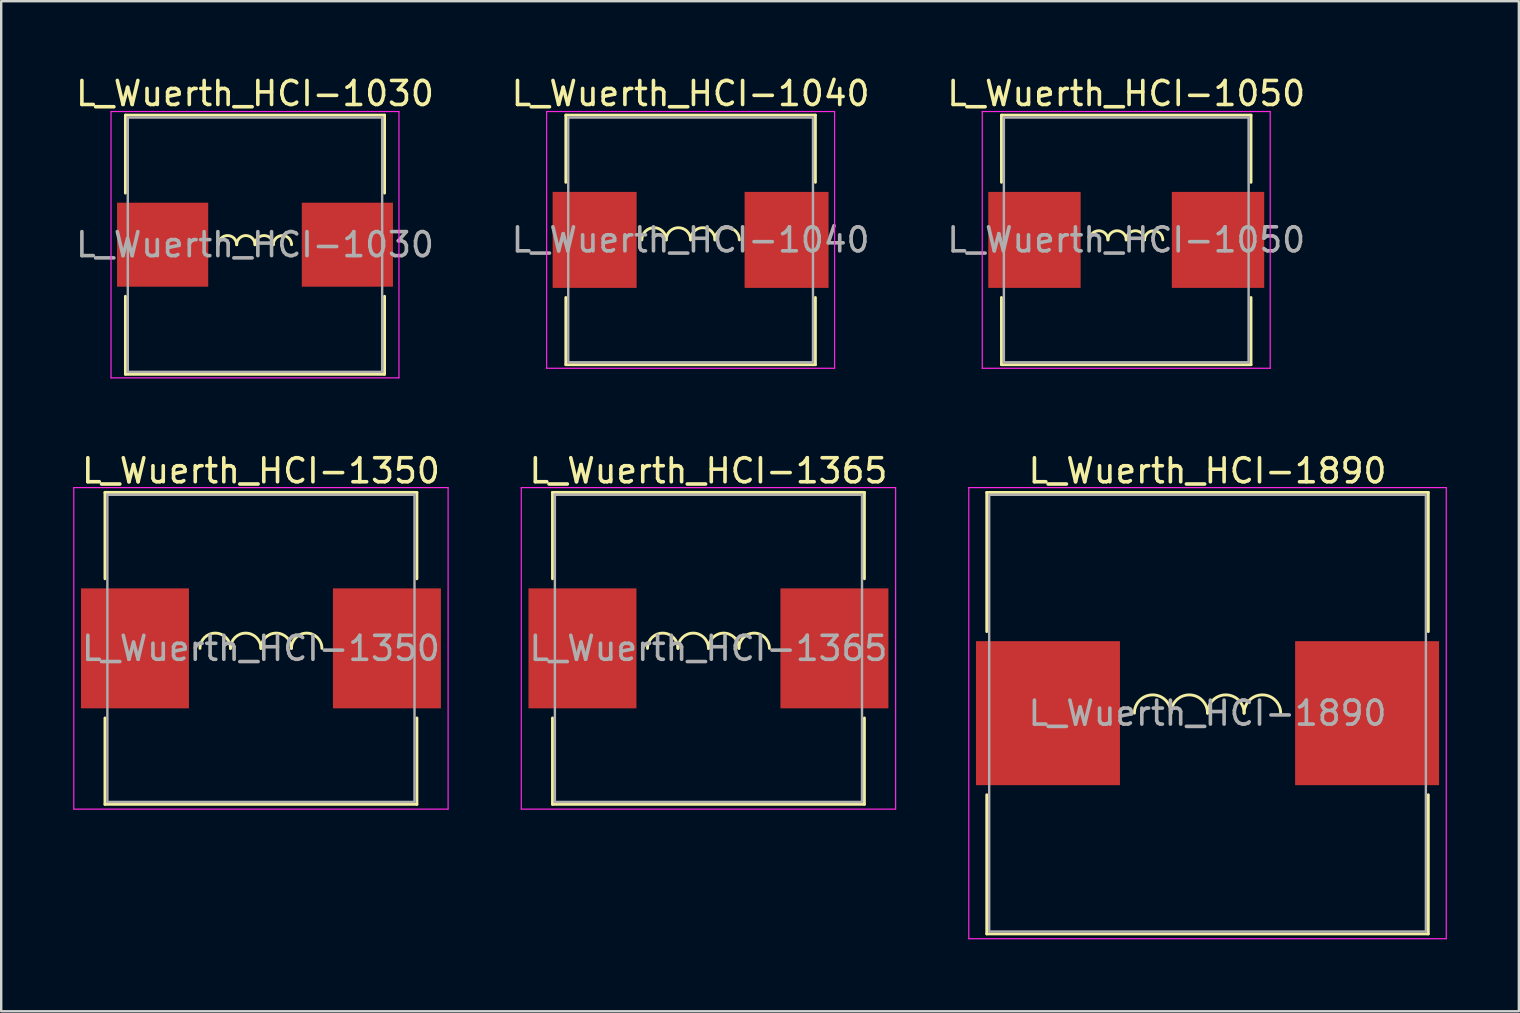
<source format=kicad_pcb>
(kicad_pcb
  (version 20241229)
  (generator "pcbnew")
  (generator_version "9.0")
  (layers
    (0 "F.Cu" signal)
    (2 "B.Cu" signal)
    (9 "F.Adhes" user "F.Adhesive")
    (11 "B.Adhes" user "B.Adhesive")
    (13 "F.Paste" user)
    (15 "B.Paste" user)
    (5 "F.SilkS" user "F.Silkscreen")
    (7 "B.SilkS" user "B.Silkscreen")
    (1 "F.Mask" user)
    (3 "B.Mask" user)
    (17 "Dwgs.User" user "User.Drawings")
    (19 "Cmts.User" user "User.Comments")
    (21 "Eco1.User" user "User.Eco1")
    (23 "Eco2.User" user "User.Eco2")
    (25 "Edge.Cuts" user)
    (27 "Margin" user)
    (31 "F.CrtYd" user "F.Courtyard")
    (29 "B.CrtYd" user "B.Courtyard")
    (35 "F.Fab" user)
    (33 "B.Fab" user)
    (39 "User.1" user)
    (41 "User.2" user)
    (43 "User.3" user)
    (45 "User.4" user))
  (footprint "L_Wuerth_HCI-1050"
    (layer "F.Cu")
    (at 43.887 6.948)
    (property "Reference" "L_Wuerth_HCI-1050" (at 0 -6.1 0) (layer "F.SilkS") (effects (font (size 1 1) (thickness 0.15))))
    (attr smd)
    (fp_line (start -5.2 -5.2) (end 5.2 -5.2) (stroke (width 0.12) (type solid)) (layer "F.SilkS"))
    (fp_line (start -5.2 -2.4) (end -5.2 -5.2) (stroke (width 0.12) (type solid)) (layer "F.SilkS"))
    (fp_line (start -5.2 2.4) (end -5.2 5.2) (stroke (width 0.12) (type solid)) (layer "F.SilkS"))
    (fp_line (start -5.2 5.2) (end 5.2 5.2) (stroke (width 0.12) (type solid)) (layer "F.SilkS"))
    (fp_line (start 5.2 -5.2) (end 5.2 -2.4) (stroke (width 0.12) (type solid)) (layer "F.SilkS"))
    (fp_line (start 5.2 5.2) (end 5.2 2.4) (stroke (width 0.12) (type solid)) (layer "F.SilkS"))
    (fp_arc (start -1.524 0) (mid -1.143 -0.381) (end -0.762 0) (stroke (width 0.12) (type solid)) (layer "F.SilkS"))
    (fp_arc (start -0.762 0) (mid -0.381 -0.381) (end 0 0) (stroke (width 0.12) (type solid)) (layer "F.SilkS"))
    (fp_arc (start 0 0) (mid 0.381 -0.381) (end 0.762 0) (stroke (width 0.12) (type solid)) (layer "F.SilkS"))
    (fp_arc (start 0.762 0) (mid 1.143 -0.381) (end 1.524 0) (stroke (width 0.12) (type solid)) (layer "F.SilkS"))
    (fp_line (start -6 -5.35) (end -6 5.35) (stroke (width 0.05) (type solid)) (layer "F.CrtYd"))
    (fp_line (start -6 5.35) (end 6 5.35) (stroke (width 0.05) (type solid)) (layer "F.CrtYd"))
    (fp_line (start 6 -5.35) (end -6 -5.35) (stroke (width 0.05) (type solid)) (layer "F.CrtYd"))
    (fp_line (start 6 5.35) (end 6 -5.35) (stroke (width 0.05) (type solid)) (layer "F.CrtYd"))
    (fp_line (start -5.1 -5.1) (end -5.1 5.1) (stroke (width 0.1) (type solid)) (layer "F.Fab"))
    (fp_line (start -5.1 5.1) (end 5.1 5.1) (stroke (width 0.1) (type solid)) (layer "F.Fab"))
    (fp_line (start 5.1 -5.1) (end -5.1 -5.1) (stroke (width 0.1) (type solid)) (layer "F.Fab"))
    (fp_line (start 5.1 5.1) (end 5.1 -5.1) (stroke (width 0.1) (type solid)) (layer "F.Fab"))
    (fp_text user "${REFERENCE}" (at 0 0 0) (layer "F.Fab") (effects (font (size 1 1) (thickness 0.15))))
    (pad "1" smd rect (at -3.825 0) (size 3.85 4) (layers "F.Cu" "F.Mask" "F.Paste"))
    (pad "2" smd rect (at 3.825 0) (size 3.85 4) (layers "F.Cu" "F.Mask" "F.Paste")))
  (footprint "L_Wuerth_HCI-1365"
    (layer "F.Cu")
    (at 26.475 23.971)
    (property "Reference" "L_Wuerth_HCI-1365" (at 0 -7.4 0) (layer "F.SilkS") (effects (font (size 1 1) (thickness 0.15))))
    (attr smd)
    (fp_line (start -6.5 -6.5) (end 6.5 -6.5) (stroke (width 0.12) (type solid)) (layer "F.SilkS"))
    (fp_line (start -6.5 -2.9) (end -6.5 -6.5) (stroke (width 0.12) (type solid)) (layer "F.SilkS"))
    (fp_line (start -6.5 2.9) (end -6.5 6.5) (stroke (width 0.12) (type solid)) (layer "F.SilkS"))
    (fp_line (start -6.5 6.5) (end 6.5 6.5) (stroke (width 0.12) (type solid)) (layer "F.SilkS"))
    (fp_line (start 6.5 -6.5) (end 6.5 -2.9) (stroke (width 0.12) (type solid)) (layer "F.SilkS"))
    (fp_line (start 6.5 6.5) (end 6.5 2.9) (stroke (width 0.12) (type solid)) (layer "F.SilkS"))
    (fp_arc (start -2.54 0) (mid -1.905 -0.635) (end -1.27 0) (stroke (width 0.12) (type solid)) (layer "F.SilkS"))
    (fp_arc (start -1.27 0) (mid -0.635 -0.635) (end 0 0) (stroke (width 0.12) (type solid)) (layer "F.SilkS"))
    (fp_arc (start 0 0) (mid 0.635 -0.635) (end 1.27 0) (stroke (width 0.12) (type solid)) (layer "F.SilkS"))
    (fp_arc (start 1.27 0) (mid 1.905 -0.635) (end 2.54 0) (stroke (width 0.12) (type solid)) (layer "F.SilkS"))
    (fp_line (start -7.8 -6.7) (end -7.8 6.7) (stroke (width 0.05) (type solid)) (layer "F.CrtYd"))
    (fp_line (start -7.8 6.7) (end 7.8 6.7) (stroke (width 0.05) (type solid)) (layer "F.CrtYd"))
    (fp_line (start 7.8 -6.7) (end -7.8 -6.7) (stroke (width 0.05) (type solid)) (layer "F.CrtYd"))
    (fp_line (start 7.8 6.7) (end 7.8 -6.7) (stroke (width 0.05) (type solid)) (layer "F.CrtYd"))
    (fp_line (start -6.4 -6.4) (end -6.4 6.4) (stroke (width 0.1) (type solid)) (layer "F.Fab"))
    (fp_line (start -6.4 6.4) (end 6.4 6.4) (stroke (width 0.1) (type solid)) (layer "F.Fab"))
    (fp_line (start 6.4 -6.4) (end -6.4 -6.4) (stroke (width 0.1) (type solid)) (layer "F.Fab"))
    (fp_line (start 6.4 6.4) (end 6.4 -6.4) (stroke (width 0.1) (type solid)) (layer "F.Fab"))
    (fp_text user "${REFERENCE}" (at 0 0 0) (layer "F.Fab") (effects (font (size 1 1) (thickness 0.15))))
    (pad "1" smd rect (at -5.25 0) (size 4.5 5) (layers "F.Cu" "F.Mask" "F.Paste"))
    (pad "2" smd rect (at 5.25 0) (size 4.5 5) (layers "F.Cu" "F.Mask" "F.Paste")))
  (footprint "L_Wuerth_HCI-1030"
    (layer "F.Cu")
    (at 7.577 7.148)
    (property "Reference" "L_Wuerth_HCI-1030" (at 0 -6.3 0) (layer "F.SilkS") (effects (font (size 1 1) (thickness 0.15))))
    (attr smd)
    (fp_line (start -5.4 -5.4) (end 5.4 -5.4) (stroke (width 0.12) (type solid)) (layer "F.SilkS"))
    (fp_line (start -5.4 -2.15) (end -5.4 -5.4) (stroke (width 0.12) (type solid)) (layer "F.SilkS"))
    (fp_line (start -5.4 2.15) (end -5.4 5.4) (stroke (width 0.12) (type solid)) (layer "F.SilkS"))
    (fp_line (start -5.4 5.4) (end 5.4 5.4) (stroke (width 0.12) (type solid)) (layer "F.SilkS"))
    (fp_line (start 5.4 -5.4) (end 5.4 -2.15) (stroke (width 0.12) (type solid)) (layer "F.SilkS"))
    (fp_line (start 5.4 5.4) (end 5.4 2.15) (stroke (width 0.12) (type solid)) (layer "F.SilkS"))
    (fp_arc (start -1.524 0) (mid -1.143 -0.381) (end -0.762 0) (stroke (width 0.12) (type solid)) (layer "F.SilkS"))
    (fp_arc (start -0.762 0) (mid -0.381 -0.381) (end 0 0) (stroke (width 0.12) (type solid)) (layer "F.SilkS"))
    (fp_arc (start 0 0) (mid 0.381 -0.381) (end 0.762 0) (stroke (width 0.12) (type solid)) (layer "F.SilkS"))
    (fp_arc (start 0.762 0) (mid 1.143 -0.381) (end 1.524 0) (stroke (width 0.12) (type solid)) (layer "F.SilkS"))
    (fp_line (start -6 -5.55) (end -6 5.55) (stroke (width 0.05) (type solid)) (layer "F.CrtYd"))
    (fp_line (start -6 5.55) (end 6 5.55) (stroke (width 0.05) (type solid)) (layer "F.CrtYd"))
    (fp_line (start 6 -5.55) (end -6 -5.55) (stroke (width 0.05) (type solid)) (layer "F.CrtYd"))
    (fp_line (start 6 5.55) (end 6 -5.55) (stroke (width 0.05) (type solid)) (layer "F.CrtYd"))
    (fp_line (start -5.3 -5.3) (end -5.3 5.3) (stroke (width 0.1) (type solid)) (layer "F.Fab"))
    (fp_line (start -5.3 5.3) (end 5.3 5.3) (stroke (width 0.1) (type solid)) (layer "F.Fab"))
    (fp_line (start 5.3 -5.3) (end -5.3 -5.3) (stroke (width 0.1) (type solid)) (layer "F.Fab"))
    (fp_line (start 5.3 5.3) (end 5.3 -5.3) (stroke (width 0.1) (type solid)) (layer "F.Fab"))
    (fp_text user "${REFERENCE}" (at 0 0 0) (layer "F.Fab") (effects (font (size 1 1) (thickness 0.15))))
    (pad "1" smd rect (at -3.85 0) (size 3.8 3.5) (layers "F.Cu" "F.Mask" "F.Paste"))
    (pad "2" smd rect (at 3.85 0) (size 3.8 3.5) (layers "F.Cu" "F.Mask" "F.Paste")))
  (footprint "L_Wuerth_HCI-1040"
    (layer "F.Cu")
    (at 25.732 6.948)
    (property "Reference" "L_Wuerth_HCI-1040" (at 0 -6.1 0) (layer "F.SilkS") (effects (font (size 1 1) (thickness 0.15))))
    (attr smd)
    (fp_line (start -5.2 -5.2) (end 5.2 -5.2) (stroke (width 0.12) (type solid)) (layer "F.SilkS"))
    (fp_line (start -5.2 -2.4) (end -5.2 -5.2) (stroke (width 0.12) (type solid)) (layer "F.SilkS"))
    (fp_line (start -5.2 2.4) (end -5.2 5.2) (stroke (width 0.12) (type solid)) (layer "F.SilkS"))
    (fp_line (start -5.2 5.2) (end 5.2 5.2) (stroke (width 0.12) (type solid)) (layer "F.SilkS"))
    (fp_line (start 5.2 -5.2) (end 5.2 -2.4) (stroke (width 0.12) (type solid)) (layer "F.SilkS"))
    (fp_line (start 5.2 5.2) (end 5.2 2.4) (stroke (width 0.12) (type solid)) (layer "F.SilkS"))
    (fp_arc (start -2.032 0) (mid -1.524 -0.508) (end -1.016 0) (stroke (width 0.12) (type solid)) (layer "F.SilkS"))
    (fp_arc (start -1.016 0) (mid -0.508 -0.508) (end 0 0) (stroke (width 0.12) (type solid)) (layer "F.SilkS"))
    (fp_arc (start 0 0) (mid 0.508 -0.508) (end 1.016 0) (stroke (width 0.12) (type solid)) (layer "F.SilkS"))
    (fp_arc (start 1.016 0) (mid 1.524 -0.508) (end 2.032 0) (stroke (width 0.12) (type solid)) (layer "F.SilkS"))
    (fp_line (start -6 -5.35) (end -6 5.35) (stroke (width 0.05) (type solid)) (layer "F.CrtYd"))
    (fp_line (start -6 5.35) (end 6 5.35) (stroke (width 0.05) (type solid)) (layer "F.CrtYd"))
    (fp_line (start 6 -5.35) (end -6 -5.35) (stroke (width 0.05) (type solid)) (layer "F.CrtYd"))
    (fp_line (start 6 5.35) (end 6 -5.35) (stroke (width 0.05) (type solid)) (layer "F.CrtYd"))
    (fp_line (start -5.1 -5.1) (end -5.1 5.1) (stroke (width 0.1) (type solid)) (layer "F.Fab"))
    (fp_line (start -5.1 5.1) (end 5.1 5.1) (stroke (width 0.1) (type solid)) (layer "F.Fab"))
    (fp_line (start 5.1 -5.1) (end -5.1 -5.1) (stroke (width 0.1) (type solid)) (layer "F.Fab"))
    (fp_line (start 5.1 5.1) (end 5.1 -5.1) (stroke (width 0.1) (type solid)) (layer "F.Fab"))
    (fp_text user "${REFERENCE}" (at 0 0 0) (layer "F.Fab") (effects (font (size 1 1) (thickness 0.15))))
    (pad "1" smd rect (at -4 0) (size 3.5 4) (layers "F.Cu" "F.Mask" "F.Paste"))
    (pad "2" smd rect (at 4 0) (size 3.5 4) (layers "F.Cu" "F.Mask" "F.Paste")))
  (footprint "L_Wuerth_HCI-1350"
    (layer "F.Cu")
    (at 7.825 23.971)
    (property "Reference" "L_Wuerth_HCI-1350" (at 0 -7.4 0) (layer "F.SilkS") (effects (font (size 1 1) (thickness 0.15))))
    (attr smd)
    (fp_line (start -6.5 -6.5) (end 6.5 -6.5) (stroke (width 0.12) (type solid)) (layer "F.SilkS"))
    (fp_line (start -6.5 -2.9) (end -6.5 -6.5) (stroke (width 0.12) (type solid)) (layer "F.SilkS"))
    (fp_line (start -6.5 2.9) (end -6.5 6.5) (stroke (width 0.12) (type solid)) (layer "F.SilkS"))
    (fp_line (start -6.5 6.5) (end 6.5 6.5) (stroke (width 0.12) (type solid)) (layer "F.SilkS"))
    (fp_line (start 6.5 -6.5) (end 6.5 -2.9) (stroke (width 0.12) (type solid)) (layer "F.SilkS"))
    (fp_line (start 6.5 6.5) (end 6.5 2.9) (stroke (width 0.12) (type solid)) (layer "F.SilkS"))
    (fp_arc (start -2.54 0) (mid -1.905 -0.635) (end -1.27 0) (stroke (width 0.12) (type solid)) (layer "F.SilkS"))
    (fp_arc (start -1.27 0) (mid -0.635 -0.635) (end 0 0) (stroke (width 0.12) (type solid)) (layer "F.SilkS"))
    (fp_arc (start 0 0) (mid 0.635 -0.635) (end 1.27 0) (stroke (width 0.12) (type solid)) (layer "F.SilkS"))
    (fp_arc (start 1.27 0) (mid 1.905 -0.635) (end 2.54 0) (stroke (width 0.12) (type solid)) (layer "F.SilkS"))
    (fp_line (start -7.8 -6.7) (end -7.8 6.7) (stroke (width 0.05) (type solid)) (layer "F.CrtYd"))
    (fp_line (start -7.8 6.7) (end 7.8 6.7) (stroke (width 0.05) (type solid)) (layer "F.CrtYd"))
    (fp_line (start 7.8 -6.7) (end -7.8 -6.7) (stroke (width 0.05) (type solid)) (layer "F.CrtYd"))
    (fp_line (start 7.8 6.7) (end 7.8 -6.7) (stroke (width 0.05) (type solid)) (layer "F.CrtYd"))
    (fp_line (start -6.4 -6.4) (end -6.4 6.4) (stroke (width 0.1) (type solid)) (layer "F.Fab"))
    (fp_line (start -6.4 6.4) (end 6.4 6.4) (stroke (width 0.1) (type solid)) (layer "F.Fab"))
    (fp_line (start 6.4 -6.4) (end -6.4 -6.4) (stroke (width 0.1) (type solid)) (layer "F.Fab"))
    (fp_line (start 6.4 6.4) (end 6.4 -6.4) (stroke (width 0.1) (type solid)) (layer "F.Fab"))
    (fp_text user "${REFERENCE}" (at 0 0 0) (layer "F.Fab") (effects (font (size 1 1) (thickness 0.15))))
    (pad "1" smd rect (at -5.25 0) (size 4.5 5) (layers "F.Cu" "F.Mask" "F.Paste"))
    (pad "2" smd rect (at 5.25 0) (size 4.5 5) (layers "F.Cu" "F.Mask" "F.Paste")))
  (footprint "L_Wuerth_HCI-1890"
    (layer "F.Cu")
    (at 47.275 26.672)
    (property "Reference" "L_Wuerth_HCI-1890" (at 0 -10.1 0) (layer "F.SilkS") (effects (font (size 1 1) (thickness 0.15))))
    (attr smd)
    (fp_line (start -9.2 -9.2) (end 9.2 -9.2) (stroke (width 0.12) (type solid)) (layer "F.SilkS"))
    (fp_line (start -9.2 -3.4) (end -9.2 -9.2) (stroke (width 0.12) (type solid)) (layer "F.SilkS"))
    (fp_line (start -9.2 3.4) (end -9.2 9.2) (stroke (width 0.12) (type solid)) (layer "F.SilkS"))
    (fp_line (start -9.2 9.2) (end 9.2 9.2) (stroke (width 0.12) (type solid)) (layer "F.SilkS"))
    (fp_line (start 9.2 -9.2) (end 9.2 -3.4) (stroke (width 0.12) (type solid)) (layer "F.SilkS"))
    (fp_line (start 9.2 9.2) (end 9.2 3.4) (stroke (width 0.12) (type solid)) (layer "F.SilkS"))
    (fp_arc (start -3.048 0) (mid -2.286 -0.762) (end -1.524 0) (stroke (width 0.12) (type solid)) (layer "F.SilkS"))
    (fp_arc (start -1.524 0) (mid -0.762 -0.762) (end 0 0) (stroke (width 0.12) (type solid)) (layer "F.SilkS"))
    (fp_arc (start 0 0) (mid 0.762 -0.762) (end 1.524 0) (stroke (width 0.12) (type solid)) (layer "F.SilkS"))
    (fp_arc (start 1.524 0) (mid 2.286 -0.762) (end 3.048 0) (stroke (width 0.12) (type solid)) (layer "F.SilkS"))
    (fp_line (start -9.95 -9.4) (end -9.95 9.4) (stroke (width 0.05) (type solid)) (layer "F.CrtYd"))
    (fp_line (start -9.95 9.4) (end 9.95 9.4) (stroke (width 0.05) (type solid)) (layer "F.CrtYd"))
    (fp_line (start 9.95 -9.4) (end -9.95 -9.4) (stroke (width 0.05) (type solid)) (layer "F.CrtYd"))
    (fp_line (start 9.95 9.4) (end 9.95 -9.4) (stroke (width 0.05) (type solid)) (layer "F.CrtYd"))
    (fp_line (start -9.1 -9.1) (end -9.1 9.1) (stroke (width 0.1) (type solid)) (layer "F.Fab"))
    (fp_line (start -9.1 9.1) (end 9.1 9.1) (stroke (width 0.1) (type solid)) (layer "F.Fab"))
    (fp_line (start 9.1 -9.1) (end -9.1 -9.1) (stroke (width 0.1) (type solid)) (layer "F.Fab"))
    (fp_line (start 9.1 9.1) (end 9.1 -9.1) (stroke (width 0.1) (type solid)) (layer "F.Fab"))
    (fp_text user "${REFERENCE}" (at 0 0 0) (layer "F.Fab") (effects (font (size 1 1) (thickness 0.15))))
    (pad "1" smd rect (at -6.65 0) (size 6 6) (layers "F.Cu" "F.Mask" "F.Paste"))
    (pad "2" smd rect (at 6.65 0) (size 6 6) (layers "F.Cu" "F.Mask" "F.Paste")))
  (gr_rect
    (start -3 -3)
    (end 60.25 39.096)
    (stroke (width 0.1) (type default))
    (fill no)
    (layer "Edge.Cuts")))
</source>
